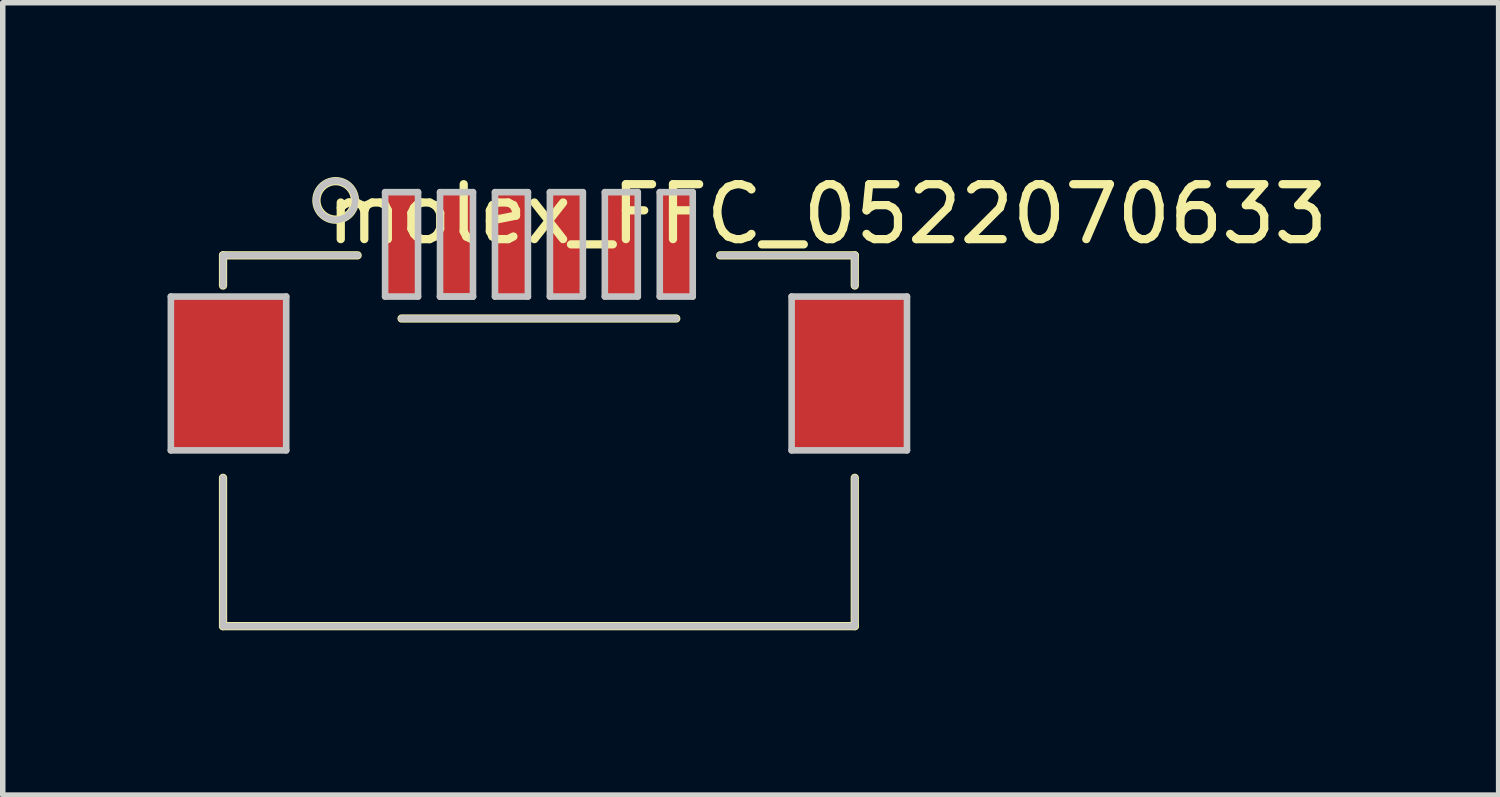
<source format=kicad_pcb>
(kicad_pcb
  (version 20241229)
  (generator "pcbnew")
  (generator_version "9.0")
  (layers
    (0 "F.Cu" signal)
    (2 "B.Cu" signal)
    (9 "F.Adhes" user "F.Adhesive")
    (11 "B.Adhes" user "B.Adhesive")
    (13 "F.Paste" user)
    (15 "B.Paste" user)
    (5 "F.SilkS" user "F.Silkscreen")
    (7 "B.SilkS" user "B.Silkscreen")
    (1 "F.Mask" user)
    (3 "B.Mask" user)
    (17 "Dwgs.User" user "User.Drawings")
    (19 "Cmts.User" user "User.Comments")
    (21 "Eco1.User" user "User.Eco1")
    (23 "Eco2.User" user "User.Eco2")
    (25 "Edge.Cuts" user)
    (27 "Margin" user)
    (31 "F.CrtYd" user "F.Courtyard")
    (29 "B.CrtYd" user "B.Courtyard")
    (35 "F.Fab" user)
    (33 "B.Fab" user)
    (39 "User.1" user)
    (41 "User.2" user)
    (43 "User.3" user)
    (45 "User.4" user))
  (footprint "molex_FFC_0522070633"
    (layer "F.Cu")
    (at 3.96 2.348)
    (property "Reference" "molex_FFC_0522070633" (at 8.05 -1.5 0) (layer "F.SilkS") (effects (font (size 1 1) (thickness 0.15))))
    (attr through_hole)
    (fp_line (start -2.95 -0.75) (end -0.5 -0.75) (stroke (width 0.15) (type solid)) (layer "F.SilkS"))
    (fp_line (start -2.95 -0.2) (end -2.95 -0.75) (stroke (width 0.15) (type solid)) (layer "F.SilkS"))
    (fp_line (start -2.95 6) (end -2.95 3.3) (stroke (width 0.15) (type solid)) (layer "F.SilkS"))
    (fp_line (start 0.3 0.4) (end 5.3 0.4) (stroke (width 0.15) (type solid)) (layer "F.SilkS"))
    (fp_line (start 6.1 -0.75) (end 8.55 -0.75) (stroke (width 0.15) (type solid)) (layer "F.SilkS"))
    (fp_line (start 8.55 -0.75) (end 8.55 -0.2) (stroke (width 0.15) (type solid)) (layer "F.SilkS"))
    (fp_line (start 8.55 3.3) (end 8.55 6) (stroke (width 0.15) (type solid)) (layer "F.SilkS"))
    (fp_line (start 8.55 6) (end -2.95 6) (stroke (width 0.15) (type solid)) (layer "F.SilkS"))
    (fp_circle (center -0.9 -1.75) (end -0.55 -1.75) (stroke (width 0.15) (type solid)) (fill no) (layer "F.SilkS"))
    (fp_line (start -3.9 0) (end -1.8 0) (stroke (width 0.12) (type solid)) (layer "Dwgs.User"))
    (fp_line (start -3.9 2.8) (end -3.9 0) (stroke (width 0.12) (type solid)) (layer "Dwgs.User"))
    (fp_line (start -2.95 -0.75) (end -2.95 -0.2) (stroke (width 0.12) (type solid)) (layer "Dwgs.User"))
    (fp_line (start -2.95 3.3) (end -2.95 6) (stroke (width 0.12) (type solid)) (layer "Dwgs.User"))
    (fp_line (start -2.95 6) (end 8.55 6) (stroke (width 0.12) (type solid)) (layer "Dwgs.User"))
    (fp_line (start -1.8 0) (end -1.8 2.8) (stroke (width 0.12) (type solid)) (layer "Dwgs.User"))
    (fp_line (start -1.8 2.8) (end -3.9 2.8) (stroke (width 0.12) (type solid)) (layer "Dwgs.User"))
    (fp_line (start -0.5 -0.75) (end -2.95 -0.75) (stroke (width 0.12) (type solid)) (layer "Dwgs.User"))
    (fp_line (start 0 -1.9) (end 0 0) (stroke (width 0.12) (type solid)) (layer "Dwgs.User"))
    (fp_line (start 0 0) (end 0.6 0) (stroke (width 0.12) (type solid)) (layer "Dwgs.User"))
    (fp_line (start 0.3 0.4) (end 5.3 0.4) (stroke (width 0.12) (type solid)) (layer "Dwgs.User"))
    (fp_line (start 0.6 -1.9) (end 0 -1.9) (stroke (width 0.12) (type solid)) (layer "Dwgs.User"))
    (fp_line (start 0.6 0) (end 0.6 -1.9) (stroke (width 0.12) (type solid)) (layer "Dwgs.User"))
    (fp_line (start 1 -1.9) (end 1 0) (stroke (width 0.12) (type solid)) (layer "Dwgs.User"))
    (fp_line (start 1 0) (end 1.6 0) (stroke (width 0.12) (type solid)) (layer "Dwgs.User"))
    (fp_line (start 1 0) (end 1.6 0) (stroke (width 0.12) (type solid)) (layer "Dwgs.User"))
    (fp_line (start 1.6 -1.9) (end 1 -1.9) (stroke (width 0.12) (type solid)) (layer "Dwgs.User"))
    (fp_line (start 1.6 0) (end 1.6 -1.9) (stroke (width 0.12) (type solid)) (layer "Dwgs.User"))
    (fp_line (start 2 -1.9) (end 2 0) (stroke (width 0.12) (type solid)) (layer "Dwgs.User"))
    (fp_line (start 2 0) (end 2.6 0) (stroke (width 0.12) (type solid)) (layer "Dwgs.User"))
    (fp_line (start 2.6 -1.9) (end 2 -1.9) (stroke (width 0.12) (type solid)) (layer "Dwgs.User"))
    (fp_line (start 2.6 0) (end 2.6 -1.9) (stroke (width 0.12) (type solid)) (layer "Dwgs.User"))
    (fp_line (start 3 -1.9) (end 3 0) (stroke (width 0.12) (type solid)) (layer "Dwgs.User"))
    (fp_line (start 3 0) (end 3.6 0) (stroke (width 0.12) (type solid)) (layer "Dwgs.User"))
    (fp_line (start 3.6 -1.9) (end 3 -1.9) (stroke (width 0.12) (type solid)) (layer "Dwgs.User"))
    (fp_line (start 3.6 0) (end 3.6 -1.9) (stroke (width 0.12) (type solid)) (layer "Dwgs.User"))
    (fp_line (start 4 -1.9) (end 4 0) (stroke (width 0.12) (type solid)) (layer "Dwgs.User"))
    (fp_line (start 4 0) (end 4.6 0) (stroke (width 0.12) (type solid)) (layer "Dwgs.User"))
    (fp_line (start 4.6 -1.9) (end 4 -1.9) (stroke (width 0.12) (type solid)) (layer "Dwgs.User"))
    (fp_line (start 4.6 0) (end 4.6 -1.9) (stroke (width 0.12) (type solid)) (layer "Dwgs.User"))
    (fp_line (start 5 -1.9) (end 5 0) (stroke (width 0.12) (type solid)) (layer "Dwgs.User"))
    (fp_line (start 5 0) (end 5.6 0) (stroke (width 0.12) (type solid)) (layer "Dwgs.User"))
    (fp_line (start 5.6 -1.9) (end 5 -1.9) (stroke (width 0.12) (type solid)) (layer "Dwgs.User"))
    (fp_line (start 5.6 0) (end 5.6 -1.9) (stroke (width 0.12) (type solid)) (layer "Dwgs.User"))
    (fp_line (start 6.1 -0.75) (end 8.55 -0.75) (stroke (width 0.12) (type solid)) (layer "Dwgs.User"))
    (fp_line (start 7.4 0) (end 7.4 2.8) (stroke (width 0.12) (type solid)) (layer "Dwgs.User"))
    (fp_line (start 7.4 2.8) (end 9.5 2.8) (stroke (width 0.12) (type solid)) (layer "Dwgs.User"))
    (fp_line (start 8.55 -0.75) (end 8.55 -0.2) (stroke (width 0.12) (type solid)) (layer "Dwgs.User"))
    (fp_line (start 8.55 6) (end 8.55 3.3) (stroke (width 0.12) (type solid)) (layer "Dwgs.User"))
    (fp_line (start 9.5 0) (end 7.4 0) (stroke (width 0.12) (type solid)) (layer "Dwgs.User"))
    (fp_line (start 9.5 2.8) (end 9.5 0) (stroke (width 0.12) (type solid)) (layer "Dwgs.User"))
    (fp_circle (center -0.9 -1.75) (end -0.65 -1.5) (stroke (width 0.12) (type solid)) (fill no) (layer "Dwgs.User"))
    (pad "1" smd rect (at 0.3 -0.95) (size 0.6 1.9) (layers "F.Cu" "F.Mask" "F.Paste"))
    (pad "2" smd rect (at 1.3 -0.95) (size 0.6 1.9) (layers "F.Cu" "F.Mask" "F.Paste"))
    (pad "3" smd rect (at 2.3 -0.95) (size 0.6 1.9) (layers "F.Cu" "F.Mask" "F.Paste"))
    (pad "4" smd rect (at 3.3 -0.95) (size 0.6 1.9) (layers "F.Cu" "F.Mask" "F.Paste"))
    (pad "5" smd rect (at 4.3 -0.95) (size 0.6 1.9) (layers "F.Cu" "F.Mask" "F.Paste"))
    (pad "6" smd rect (at 5.3 -0.95) (size 0.6 1.9) (layers "F.Cu" "F.Mask" "F.Paste"))
    (pad "S" smd rect (at -2.85 1.4) (size 2.1 2.8) (layers "F.Cu" "F.Mask" "F.Paste"))
    (pad "S" smd rect (at 8.45 1.4) (size 2.1 2.8) (layers "F.Cu" "F.Mask" "F.Paste")))
  (gr_rect
    (start -3 -3)
    (end 24.23 11.423)
    (stroke (width 0.1) (type default))
    (fill no)
    (layer "Edge.Cuts")))
</source>
